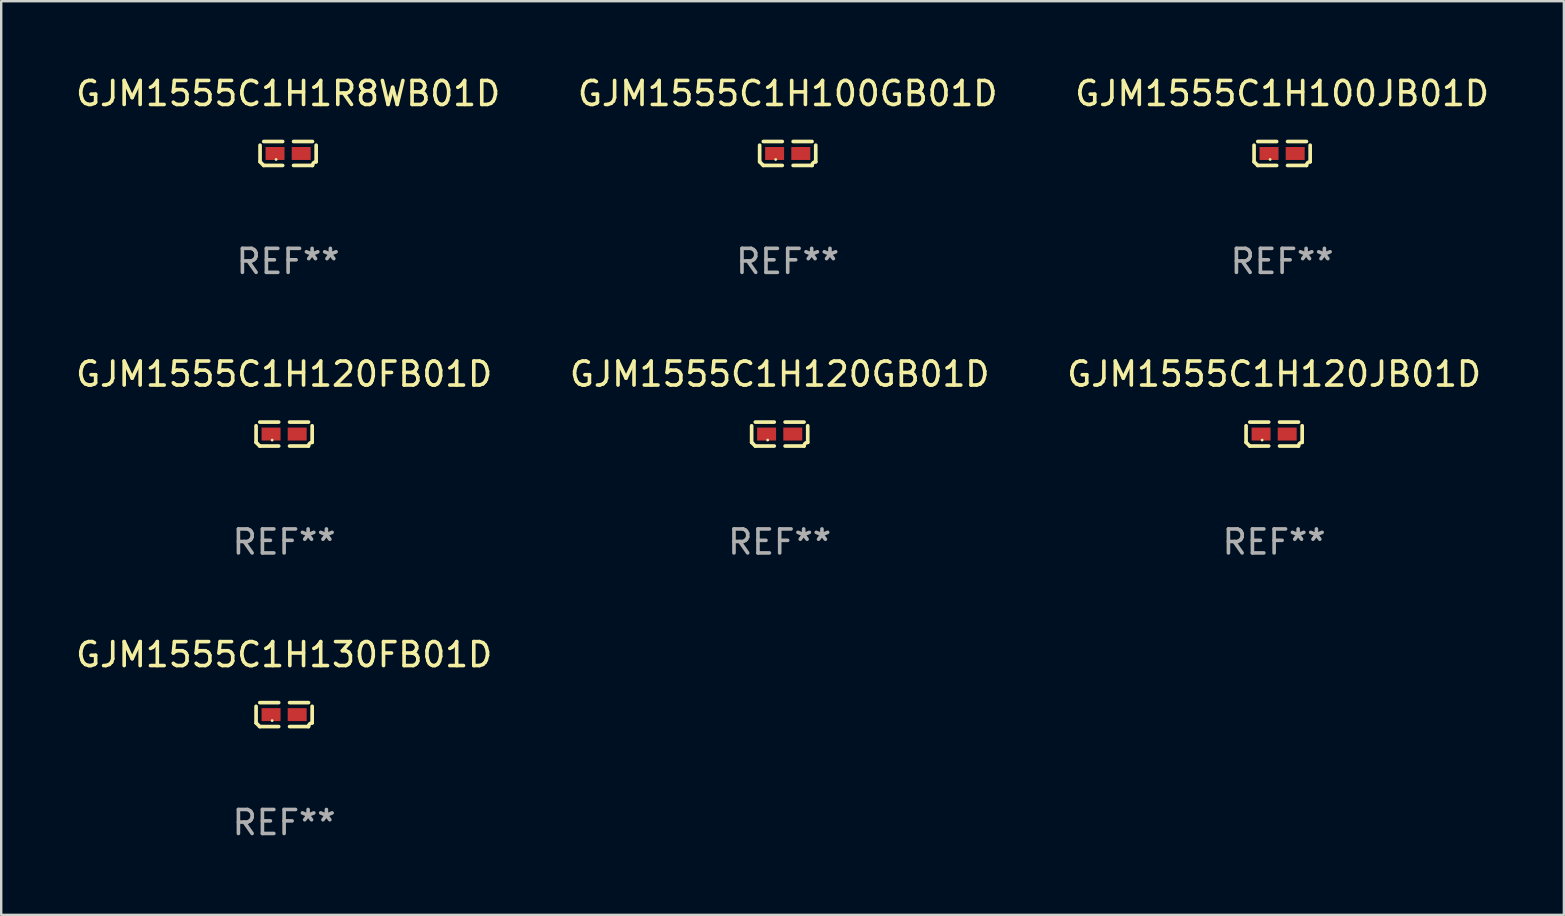
<source format=kicad_pcb>
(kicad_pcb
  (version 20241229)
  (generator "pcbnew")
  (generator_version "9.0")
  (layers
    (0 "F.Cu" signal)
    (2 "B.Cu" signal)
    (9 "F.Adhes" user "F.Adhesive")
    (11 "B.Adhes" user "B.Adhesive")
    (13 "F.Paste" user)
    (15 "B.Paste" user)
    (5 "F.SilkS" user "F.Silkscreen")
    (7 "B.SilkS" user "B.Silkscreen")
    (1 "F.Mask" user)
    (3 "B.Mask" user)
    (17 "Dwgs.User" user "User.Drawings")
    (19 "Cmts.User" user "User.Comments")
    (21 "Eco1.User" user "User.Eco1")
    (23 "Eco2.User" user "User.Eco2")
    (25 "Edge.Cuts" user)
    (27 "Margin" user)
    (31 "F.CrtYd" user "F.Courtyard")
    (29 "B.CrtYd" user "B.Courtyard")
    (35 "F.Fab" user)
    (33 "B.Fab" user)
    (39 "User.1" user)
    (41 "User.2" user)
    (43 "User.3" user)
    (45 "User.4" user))
  (footprint "GJM1555C1H120FB01D"
    (layer "F.Cu")
    (at 8.792 15.041)
    (property "Reference" "GJM1555C1H120FB01D" (at 0 -2.499 0) (layer "F.SilkS") (effects (font (size 1 1) (thickness 0.15))))
    (attr through_hole)
    (fp_line (start -1.169 0.346) (end -1.169 -0.346) (stroke (width 0.152) (type solid)) (layer "F.SilkS"))
    (fp_line (start -1.016 -0.499) (end -0.226 -0.499) (stroke (width 0.152) (type solid)) (layer "F.SilkS"))
    (fp_line (start -0.226 0.499) (end -1.016 0.499) (stroke (width 0.152) (type solid)) (layer "F.SilkS"))
    (fp_line (start 0.226 0.499) (end 1.016 0.499) (stroke (width 0.152) (type solid)) (layer "F.SilkS"))
    (fp_line (start 1.016 -0.499) (end 0.226 -0.499) (stroke (width 0.152) (type solid)) (layer "F.SilkS"))
    (fp_line (start 1.169 0.346) (end 1.169 -0.346) (stroke (width 0.152) (type solid)) (layer "F.SilkS"))
    (fp_arc (start -1.016307 0.498603) (mid -1.092512 0.422405) (end -1.16871 0.3462) (stroke (width 0.1524) (type solid)) (layer "F.SilkS"))
    (fp_arc (start 1.016307 0.498603) (mid 1.060899 0.390758) (end 1.168707 0.346076) (stroke (width 0.1524) (type solid)) (layer "F.SilkS"))
    (fp_circle (center -0.5 0.25) (end -0.47 0.25) (stroke (width 0.06) (type solid)) (fill no) (layer "F.SilkS"))
    (fp_text user "REF**" (at 0 4.499 0) (layer "F.Fab") (effects (font (size 1 1) (thickness 0.15))))
    (pad "1" smd rect (at -0.545 0) (size 0.79 0.54) (layers "F.Cu" "F.Mask" "F.Paste"))
    (pad "2" smd rect (at 0.545 0) (size 0.79 0.54) (layers "F.Cu" "F.Mask" "F.Paste")))
  (footprint "GJM1555C1H1R8WB01D"
    (layer "F.Cu")
    (at 8.958 3.347)
    (property "Reference" "GJM1555C1H1R8WB01D" (at 0 -2.499 0) (layer "F.SilkS") (effects (font (size 1 1) (thickness 0.15))))
    (attr through_hole)
    (fp_line (start -1.169 0.346) (end -1.169 -0.346) (stroke (width 0.152) (type solid)) (layer "F.SilkS"))
    (fp_line (start -1.016 -0.499) (end -0.226 -0.499) (stroke (width 0.152) (type solid)) (layer "F.SilkS"))
    (fp_line (start -0.226 0.499) (end -1.016 0.499) (stroke (width 0.152) (type solid)) (layer "F.SilkS"))
    (fp_line (start 0.226 0.499) (end 1.016 0.499) (stroke (width 0.152) (type solid)) (layer "F.SilkS"))
    (fp_line (start 1.016 -0.499) (end 0.226 -0.499) (stroke (width 0.152) (type solid)) (layer "F.SilkS"))
    (fp_line (start 1.169 0.346) (end 1.169 -0.346) (stroke (width 0.152) (type solid)) (layer "F.SilkS"))
    (fp_arc (start -1.016307 0.498603) (mid -1.092512 0.422405) (end -1.16871 0.3462) (stroke (width 0.1524) (type solid)) (layer "F.SilkS"))
    (fp_arc (start 1.016307 0.498603) (mid 1.060899 0.390758) (end 1.168707 0.346076) (stroke (width 0.1524) (type solid)) (layer "F.SilkS"))
    (fp_circle (center -0.5 0.25) (end -0.47 0.25) (stroke (width 0.06) (type solid)) (fill no) (layer "F.SilkS"))
    (fp_text user "REF**" (at 0 4.499 0) (layer "F.Fab") (effects (font (size 1 1) (thickness 0.15))))
    (pad "1" smd rect (at -0.545 0) (size 0.79 0.54) (layers "F.Cu" "F.Mask" "F.Paste"))
    (pad "2" smd rect (at 0.545 0) (size 0.79 0.54) (layers "F.Cu" "F.Mask" "F.Paste")))
  (footprint "GJM1555C1H100JB01D"
    (layer "F.Cu")
    (at 50.387 3.347)
    (property "Reference" "GJM1555C1H100JB01D" (at 0 -2.499 0) (layer "F.SilkS") (effects (font (size 1 1) (thickness 0.15))))
    (attr through_hole)
    (fp_line (start -1.169 0.346) (end -1.169 -0.346) (stroke (width 0.152) (type solid)) (layer "F.SilkS"))
    (fp_line (start -1.016 -0.499) (end -0.226 -0.499) (stroke (width 0.152) (type solid)) (layer "F.SilkS"))
    (fp_line (start -0.226 0.499) (end -1.016 0.499) (stroke (width 0.152) (type solid)) (layer "F.SilkS"))
    (fp_line (start 0.226 0.499) (end 1.016 0.499) (stroke (width 0.152) (type solid)) (layer "F.SilkS"))
    (fp_line (start 1.016 -0.499) (end 0.226 -0.499) (stroke (width 0.152) (type solid)) (layer "F.SilkS"))
    (fp_line (start 1.169 0.346) (end 1.169 -0.346) (stroke (width 0.152) (type solid)) (layer "F.SilkS"))
    (fp_arc (start -1.016307 0.498603) (mid -1.092512 0.422405) (end -1.16871 0.3462) (stroke (width 0.1524) (type solid)) (layer "F.SilkS"))
    (fp_arc (start 1.016307 0.498603) (mid 1.060899 0.390758) (end 1.168707 0.346076) (stroke (width 0.1524) (type solid)) (layer "F.SilkS"))
    (fp_circle (center -0.5 0.25) (end -0.47 0.25) (stroke (width 0.06) (type solid)) (fill no) (layer "F.SilkS"))
    (fp_text user "REF**" (at 0 4.499 0) (layer "F.Fab") (effects (font (size 1 1) (thickness 0.15))))
    (pad "1" smd rect (at -0.545 0) (size 0.79 0.54) (layers "F.Cu" "F.Mask" "F.Paste"))
    (pad "2" smd rect (at 0.545 0) (size 0.79 0.54) (layers "F.Cu" "F.Mask" "F.Paste")))
  (footprint "GJM1555C1H120GB01D"
    (layer "F.Cu")
    (at 29.446 15.041)
    (property "Reference" "GJM1555C1H120GB01D" (at 0 -2.499 0) (layer "F.SilkS") (effects (font (size 1 1) (thickness 0.15))))
    (attr through_hole)
    (fp_line (start -1.169 0.346) (end -1.169 -0.346) (stroke (width 0.152) (type solid)) (layer "F.SilkS"))
    (fp_line (start -1.016 -0.499) (end -0.226 -0.499) (stroke (width 0.152) (type solid)) (layer "F.SilkS"))
    (fp_line (start -0.226 0.499) (end -1.016 0.499) (stroke (width 0.152) (type solid)) (layer "F.SilkS"))
    (fp_line (start 0.226 0.499) (end 1.016 0.499) (stroke (width 0.152) (type solid)) (layer "F.SilkS"))
    (fp_line (start 1.016 -0.499) (end 0.226 -0.499) (stroke (width 0.152) (type solid)) (layer "F.SilkS"))
    (fp_line (start 1.169 0.346) (end 1.169 -0.346) (stroke (width 0.152) (type solid)) (layer "F.SilkS"))
    (fp_arc (start -1.016307 0.498603) (mid -1.092512 0.422405) (end -1.16871 0.3462) (stroke (width 0.1524) (type solid)) (layer "F.SilkS"))
    (fp_arc (start 1.016307 0.498603) (mid 1.060899 0.390758) (end 1.168707 0.346076) (stroke (width 0.1524) (type solid)) (layer "F.SilkS"))
    (fp_circle (center -0.5 0.25) (end -0.47 0.25) (stroke (width 0.06) (type solid)) (fill no) (layer "F.SilkS"))
    (fp_text user "REF**" (at 0 4.499 0) (layer "F.Fab") (effects (font (size 1 1) (thickness 0.15))))
    (pad "1" smd rect (at -0.545 0) (size 0.79 0.54) (layers "F.Cu" "F.Mask" "F.Paste"))
    (pad "2" smd rect (at 0.545 0) (size 0.79 0.54) (layers "F.Cu" "F.Mask" "F.Paste")))
  (footprint "GJM1555C1H120JB01D"
    (layer "F.Cu")
    (at 50.054 15.041)
    (property "Reference" "GJM1555C1H120JB01D" (at 0 -2.499 0) (layer "F.SilkS") (effects (font (size 1 1) (thickness 0.15))))
    (attr through_hole)
    (fp_line (start -1.169 0.346) (end -1.169 -0.346) (stroke (width 0.152) (type solid)) (layer "F.SilkS"))
    (fp_line (start -1.016 -0.499) (end -0.226 -0.499) (stroke (width 0.152) (type solid)) (layer "F.SilkS"))
    (fp_line (start -0.226 0.499) (end -1.016 0.499) (stroke (width 0.152) (type solid)) (layer "F.SilkS"))
    (fp_line (start 0.226 0.499) (end 1.016 0.499) (stroke (width 0.152) (type solid)) (layer "F.SilkS"))
    (fp_line (start 1.016 -0.499) (end 0.226 -0.499) (stroke (width 0.152) (type solid)) (layer "F.SilkS"))
    (fp_line (start 1.169 0.346) (end 1.169 -0.346) (stroke (width 0.152) (type solid)) (layer "F.SilkS"))
    (fp_arc (start -1.016307 0.498603) (mid -1.092512 0.422405) (end -1.16871 0.3462) (stroke (width 0.1524) (type solid)) (layer "F.SilkS"))
    (fp_arc (start 1.016307 0.498603) (mid 1.060899 0.390758) (end 1.168707 0.346076) (stroke (width 0.1524) (type solid)) (layer "F.SilkS"))
    (fp_circle (center -0.5 0.25) (end -0.47 0.25) (stroke (width 0.06) (type solid)) (fill no) (layer "F.SilkS"))
    (fp_text user "REF**" (at 0 4.499 0) (layer "F.Fab") (effects (font (size 1 1) (thickness 0.15))))
    (pad "1" smd rect (at -0.545 0) (size 0.79 0.54) (layers "F.Cu" "F.Mask" "F.Paste"))
    (pad "2" smd rect (at 0.545 0) (size 0.79 0.54) (layers "F.Cu" "F.Mask" "F.Paste")))
  (footprint "GJM1555C1H100GB01D"
    (layer "F.Cu")
    (at 29.78 3.347)
    (property "Reference" "GJM1555C1H100GB01D" (at 0 -2.499 0) (layer "F.SilkS") (effects (font (size 1 1) (thickness 0.15))))
    (attr through_hole)
    (fp_line (start -1.169 0.346) (end -1.169 -0.346) (stroke (width 0.152) (type solid)) (layer "F.SilkS"))
    (fp_line (start -1.016 -0.499) (end -0.226 -0.499) (stroke (width 0.152) (type solid)) (layer "F.SilkS"))
    (fp_line (start -0.226 0.499) (end -1.016 0.499) (stroke (width 0.152) (type solid)) (layer "F.SilkS"))
    (fp_line (start 0.226 0.499) (end 1.016 0.499) (stroke (width 0.152) (type solid)) (layer "F.SilkS"))
    (fp_line (start 1.016 -0.499) (end 0.226 -0.499) (stroke (width 0.152) (type solid)) (layer "F.SilkS"))
    (fp_line (start 1.169 0.346) (end 1.169 -0.346) (stroke (width 0.152) (type solid)) (layer "F.SilkS"))
    (fp_arc (start -1.016307 0.498603) (mid -1.092512 0.422405) (end -1.16871 0.3462) (stroke (width 0.1524) (type solid)) (layer "F.SilkS"))
    (fp_arc (start 1.016307 0.498603) (mid 1.060899 0.390758) (end 1.168707 0.346076) (stroke (width 0.1524) (type solid)) (layer "F.SilkS"))
    (fp_circle (center -0.5 0.25) (end -0.47 0.25) (stroke (width 0.06) (type solid)) (fill no) (layer "F.SilkS"))
    (fp_text user "REF**" (at 0 4.499 0) (layer "F.Fab") (effects (font (size 1 1) (thickness 0.15))))
    (pad "1" smd rect (at -0.545 0) (size 0.79 0.54) (layers "F.Cu" "F.Mask" "F.Paste"))
    (pad "2" smd rect (at 0.545 0) (size 0.79 0.54) (layers "F.Cu" "F.Mask" "F.Paste")))
  (footprint "GJM1555C1H130FB01D"
    (layer "F.Cu")
    (at 8.792 26.734)
    (property "Reference" "GJM1555C1H130FB01D" (at 0 -2.499 0) (layer "F.SilkS") (effects (font (size 1 1) (thickness 0.15))))
    (attr through_hole)
    (fp_line (start -1.169 0.346) (end -1.169 -0.346) (stroke (width 0.152) (type solid)) (layer "F.SilkS"))
    (fp_line (start -1.016 -0.499) (end -0.226 -0.499) (stroke (width 0.152) (type solid)) (layer "F.SilkS"))
    (fp_line (start -0.226 0.499) (end -1.016 0.499) (stroke (width 0.152) (type solid)) (layer "F.SilkS"))
    (fp_line (start 0.226 0.499) (end 1.016 0.499) (stroke (width 0.152) (type solid)) (layer "F.SilkS"))
    (fp_line (start 1.016 -0.499) (end 0.226 -0.499) (stroke (width 0.152) (type solid)) (layer "F.SilkS"))
    (fp_line (start 1.169 0.346) (end 1.169 -0.346) (stroke (width 0.152) (type solid)) (layer "F.SilkS"))
    (fp_arc (start -1.016307 0.498603) (mid -1.092512 0.422405) (end -1.16871 0.3462) (stroke (width 0.1524) (type solid)) (layer "F.SilkS"))
    (fp_arc (start 1.016307 0.498603) (mid 1.060899 0.390758) (end 1.168707 0.346076) (stroke (width 0.1524) (type solid)) (layer "F.SilkS"))
    (fp_circle (center -0.5 0.25) (end -0.47 0.25) (stroke (width 0.06) (type solid)) (fill no) (layer "F.SilkS"))
    (fp_text user "REF**" (at 0 4.499 0) (layer "F.Fab") (effects (font (size 1 1) (thickness 0.15))))
    (pad "1" smd rect (at -0.545 0) (size 0.79 0.54) (layers "F.Cu" "F.Mask" "F.Paste"))
    (pad "2" smd rect (at 0.545 0) (size 0.79 0.54) (layers "F.Cu" "F.Mask" "F.Paste")))
  (gr_rect
    (start -3 -3)
    (end 62.131 35.081)
    (stroke (width 0.1) (type default))
    (fill no)
    (layer "Edge.Cuts")))
</source>
